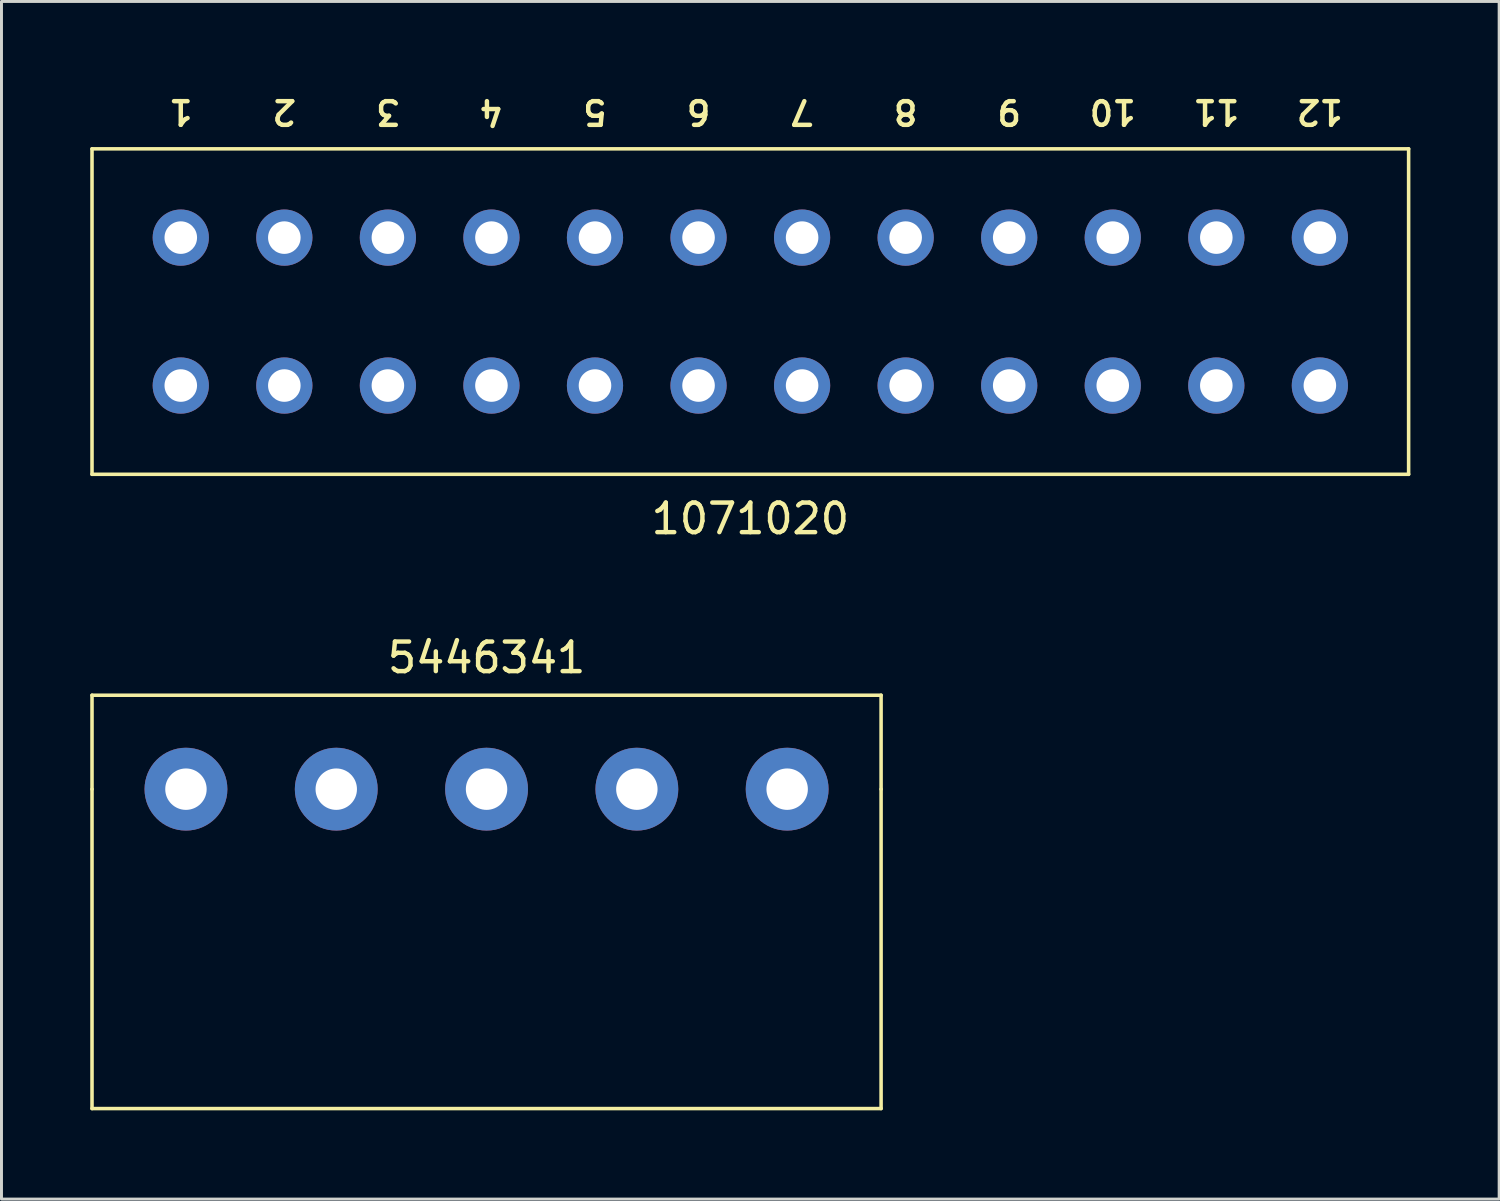
<source format=kicad_pcb>
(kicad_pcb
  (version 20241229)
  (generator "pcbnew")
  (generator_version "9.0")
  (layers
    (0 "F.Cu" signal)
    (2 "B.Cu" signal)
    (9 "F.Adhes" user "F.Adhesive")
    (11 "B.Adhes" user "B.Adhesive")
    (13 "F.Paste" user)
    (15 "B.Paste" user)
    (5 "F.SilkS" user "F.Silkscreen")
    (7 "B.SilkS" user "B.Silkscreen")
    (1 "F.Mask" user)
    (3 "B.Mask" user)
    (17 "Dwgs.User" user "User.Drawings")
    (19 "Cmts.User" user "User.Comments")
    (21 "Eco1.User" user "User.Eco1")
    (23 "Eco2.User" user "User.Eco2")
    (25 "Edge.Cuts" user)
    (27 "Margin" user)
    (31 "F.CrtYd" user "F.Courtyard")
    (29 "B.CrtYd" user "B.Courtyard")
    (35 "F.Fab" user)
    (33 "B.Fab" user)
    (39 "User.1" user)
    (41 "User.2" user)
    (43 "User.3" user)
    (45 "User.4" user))
  (footprint "1071020"
    (layer "F.Cu")
    (at 22.31 7.481)
    (property "Reference" "1071020" (at 0 7 0) (layer "F.SilkS") (effects (font (size 1 1) (thickness 0.15))))
    (attr through_hole)
    (fp_line (start -22.25 -5.5) (end -22.25 5.5) (stroke (width 0.12) (type solid)) (layer "F.SilkS"))
    (fp_line (start -22.25 5.5) (end 22.25 5.5) (stroke (width 0.12) (type solid)) (layer "F.SilkS"))
    (fp_line (start 22.25 -5.5) (end -22.25 -5.5) (stroke (width 0.12) (type solid)) (layer "F.SilkS"))
    (fp_line (start 22.25 5.5) (end 22.25 -5.5) (stroke (width 0.12) (type solid)) (layer "F.SilkS"))
    (fp_text user "2" (at -15.75 -6.75 180) (unlocked yes) (layer "F.SilkS") (effects (font (size 0.8 0.8) (thickness 0.15))))
    (fp_text user "11" (at 15.75 -6.75 180) (unlocked yes) (layer "F.SilkS") (effects (font (size 0.8 0.8) (thickness 0.15))))
    (fp_text user "7" (at 1.75 -6.75 180) (unlocked yes) (layer "F.SilkS") (effects (font (size 0.8 0.8) (thickness 0.15))))
    (fp_text user "3" (at -12.25 -6.75 180) (unlocked yes) (layer "F.SilkS") (effects (font (size 0.8 0.8) (thickness 0.15))))
    (fp_text user "6" (at -1.75 -6.75 180) (unlocked yes) (layer "F.SilkS") (effects (font (size 0.8 0.8) (thickness 0.15))))
    (fp_text user "4" (at -8.75 -6.75 180) (unlocked yes) (layer "F.SilkS") (effects (font (size 0.8 0.8) (thickness 0.15))))
    (fp_text user "10" (at 12.25 -6.75 180) (unlocked yes) (layer "F.SilkS") (effects (font (size 0.8 0.8) (thickness 0.15))))
    (fp_text user "9" (at 8.75 -6.75 180) (unlocked yes) (layer "F.SilkS") (effects (font (size 0.8 0.8) (thickness 0.15))))
    (fp_text user "12" (at 19.25 -6.75 180) (unlocked yes) (layer "F.SilkS") (effects (font (size 0.8 0.8) (thickness 0.15))))
    (fp_text user "5" (at -5.25 -6.75 180) (unlocked yes) (layer "F.SilkS") (effects (font (size 0.8 0.8) (thickness 0.15))))
    (fp_text user "1" (at -19.25 -6.75 180) (unlocked yes) (layer "F.SilkS") (effects (font (size 0.8 0.8) (thickness 0.15))))
    (fp_text user "8" (at 5.25 -6.75 180) (unlocked yes) (layer "F.SilkS") (effects (font (size 0.8 0.8) (thickness 0.15))))
    (pad "1" thru_hole circle (at -19.25 -2.5) (size 1.9 1.9) (drill 1.1) (layers "*.Cu" "*.Mask"))
    (pad "1" thru_hole circle (at -19.25 2.5) (size 1.9 1.9) (drill 1.1) (layers "*.Cu" "*.Mask"))
    (pad "2" thru_hole circle (at -15.75 -2.5) (size 1.9 1.9) (drill 1.1) (layers "*.Cu" "*.Mask"))
    (pad "2" thru_hole circle (at -15.75 2.5) (size 1.9 1.9) (drill 1.1) (layers "*.Cu" "*.Mask"))
    (pad "3" thru_hole circle (at -12.25 -2.5) (size 1.9 1.9) (drill 1.1) (layers "*.Cu" "*.Mask"))
    (pad "3" thru_hole circle (at -12.25 2.5) (size 1.9 1.9) (drill 1.1) (layers "*.Cu" "*.Mask"))
    (pad "4" thru_hole circle (at -8.75 -2.5) (size 1.9 1.9) (drill 1.1) (layers "*.Cu" "*.Mask"))
    (pad "4" thru_hole circle (at -8.75 2.5) (size 1.9 1.9) (drill 1.1) (layers "*.Cu" "*.Mask"))
    (pad "5" thru_hole circle (at -5.25 -2.5) (size 1.9 1.9) (drill 1.1) (layers "*.Cu" "*.Mask"))
    (pad "5" thru_hole circle (at -5.25 2.5) (size 1.9 1.9) (drill 1.1) (layers "*.Cu" "*.Mask"))
    (pad "6" thru_hole circle (at -1.75 -2.5) (size 1.9 1.9) (drill 1.1) (layers "*.Cu" "*.Mask"))
    (pad "6" thru_hole circle (at -1.75 2.5) (size 1.9 1.9) (drill 1.1) (layers "*.Cu" "*.Mask"))
    (pad "7" thru_hole circle (at 1.75 -2.5) (size 1.9 1.9) (drill 1.1) (layers "*.Cu" "*.Mask"))
    (pad "7" thru_hole circle (at 1.75 2.5) (size 1.9 1.9) (drill 1.1) (layers "*.Cu" "*.Mask"))
    (pad "8" thru_hole circle (at 5.25 -2.5) (size 1.9 1.9) (drill 1.1) (layers "*.Cu" "*.Mask"))
    (pad "8" thru_hole circle (at 5.25 2.5) (size 1.9 1.9) (drill 1.1) (layers "*.Cu" "*.Mask"))
    (pad "9" thru_hole circle (at 8.75 -2.5) (size 1.9 1.9) (drill 1.1) (layers "*.Cu" "*.Mask"))
    (pad "9" thru_hole circle (at 8.75 2.5) (size 1.9 1.9) (drill 1.1) (layers "*.Cu" "*.Mask"))
    (pad "10" thru_hole circle (at 12.25 -2.5) (size 1.9 1.9) (drill 1.1) (layers "*.Cu" "*.Mask"))
    (pad "10" thru_hole circle (at 12.25 2.5) (size 1.9 1.9) (drill 1.1) (layers "*.Cu" "*.Mask"))
    (pad "11" thru_hole circle (at 15.75 -2.5) (size 1.9 1.9) (drill 1.1) (layers "*.Cu" "*.Mask"))
    (pad "11" thru_hole circle (at 15.75 2.5) (size 1.9 1.9) (drill 1.1) (layers "*.Cu" "*.Mask"))
    (pad "12" thru_hole circle (at 19.25 -2.5) (size 1.9 1.9) (drill 1.1) (layers "*.Cu" "*.Mask"))
    (pad "12" thru_hole circle (at 19.25 2.5) (size 1.9 1.9) (drill 1.1) (layers "*.Cu" "*.Mask")))
  (footprint "5446341"
    (layer "F.Cu")
    (at 13.395 23.623)
    (property "Reference" "5446341" (at 0 -4.445 0) (layer "F.SilkS") (effects (font (size 1 1) (thickness 0.15))))
    (attr through_hole)
    (fp_line (start -13.335 0) (end -13.335 -3.175) (stroke (width 0.12) (type solid)) (layer "F.SilkS"))
    (fp_line (start -13.335 0) (end -13.335 10.795) (stroke (width 0.12) (type solid)) (layer "F.SilkS"))
    (fp_line (start 13.335 -3.175) (end -13.335 -3.175) (stroke (width 0.12) (type solid)) (layer "F.SilkS"))
    (fp_line (start 13.335 0) (end 13.335 -3.175) (stroke (width 0.12) (type solid)) (layer "F.SilkS"))
    (fp_line (start 13.335 0) (end 13.335 10.795) (stroke (width 0.12) (type solid)) (layer "F.SilkS"))
    (fp_line (start 13.335 10.795) (end -13.335 10.795) (stroke (width 0.12) (type solid)) (layer "F.SilkS"))
    (pad "1" thru_hole circle (at -10.16 0) (size 2.8 2.8) (drill 1.4) (layers "*.Cu" "*.Mask"))
    (pad "2" thru_hole circle (at -5.08 0) (size 2.8 2.8) (drill 1.4) (layers "*.Cu" "*.Mask"))
    (pad "3" thru_hole circle (at 0 0) (size 2.8 2.8) (drill 1.4) (layers "*.Cu" "*.Mask"))
    (pad "4" thru_hole circle (at 5.08 0) (size 2.8 2.8) (drill 1.4) (layers "*.Cu" "*.Mask"))
    (pad "5" thru_hole circle (at 10.16 0) (size 2.8 2.8) (drill 1.4) (layers "*.Cu" "*.Mask")))
  (gr_rect
    (start -3 -3)
    (end 47.62 37.478)
    (stroke (width 0.1) (type default))
    (fill no)
    (layer "Edge.Cuts")))
</source>
